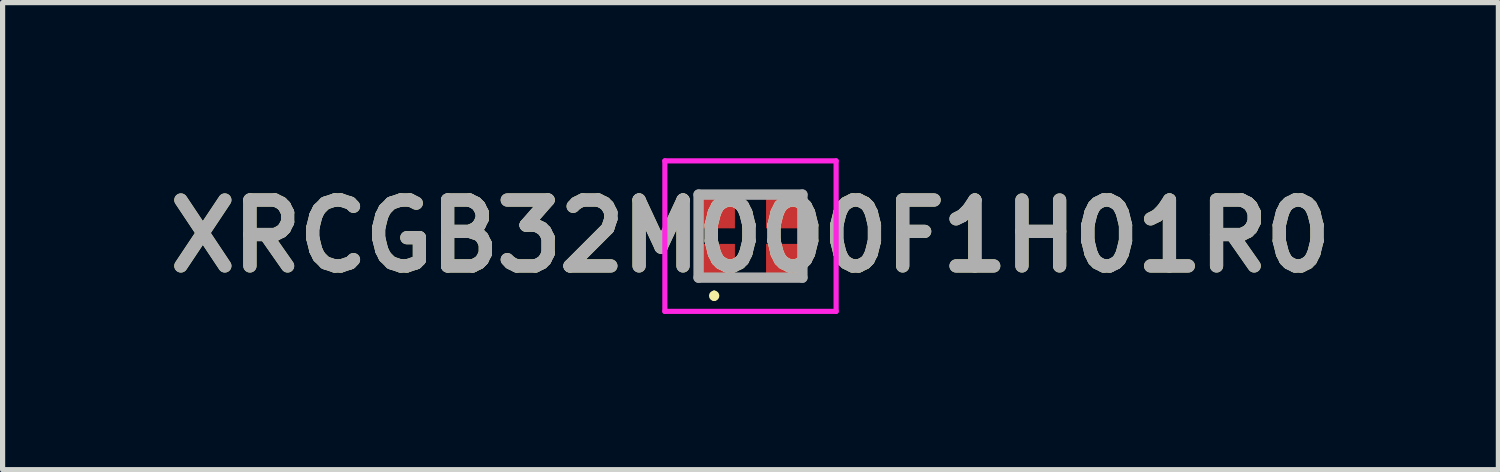
<source format=kicad_pcb>
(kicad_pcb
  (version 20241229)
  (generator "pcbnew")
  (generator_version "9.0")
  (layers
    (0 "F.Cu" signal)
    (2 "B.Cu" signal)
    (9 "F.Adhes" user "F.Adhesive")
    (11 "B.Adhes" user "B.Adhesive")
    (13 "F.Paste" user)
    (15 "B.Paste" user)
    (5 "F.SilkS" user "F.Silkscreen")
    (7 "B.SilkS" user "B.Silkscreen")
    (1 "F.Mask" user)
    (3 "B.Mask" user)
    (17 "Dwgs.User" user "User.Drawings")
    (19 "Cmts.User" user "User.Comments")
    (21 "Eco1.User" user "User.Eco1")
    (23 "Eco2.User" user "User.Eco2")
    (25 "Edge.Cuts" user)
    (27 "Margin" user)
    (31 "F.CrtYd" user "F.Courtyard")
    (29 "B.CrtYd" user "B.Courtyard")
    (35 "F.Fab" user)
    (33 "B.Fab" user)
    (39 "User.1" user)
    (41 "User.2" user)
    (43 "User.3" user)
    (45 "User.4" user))
  (footprint "XRCGB32M000F1H01R0"
    (layer "F.Cu")
    (at 11.412 1.5)
    (property "Reference" "XRCGB32M000F1H01R0" (at 0 0 0) (layer "F.SilkS") (effects (font (size 1.27 1.27) (thickness 0.254))))
    (attr smd)
    (fp_line (start -0.7 1.1) (end -0.7 1.1) (stroke (width 0.1) (type solid)) (layer "F.SilkS"))
    (fp_line (start -0.7 1.2) (end -0.7 1.2) (stroke (width 0.1) (type solid)) (layer "F.SilkS"))
    (fp_arc (start -0.7 1.1) (mid -0.65 1.15) (end -0.7 1.2) (stroke (width 0.1) (type solid)) (layer "F.SilkS"))
    (fp_arc (start -0.7 1.2) (mid -0.75 1.15) (end -0.7 1.1) (stroke (width 0.1) (type solid)) (layer "F.SilkS"))
    (fp_line (start -1.65 -1.45) (end 1.65 -1.45) (stroke (width 0.1) (type solid)) (layer "F.CrtYd"))
    (fp_line (start -1.65 1.45) (end -1.65 -1.45) (stroke (width 0.1) (type solid)) (layer "F.CrtYd"))
    (fp_line (start 1.65 -1.45) (end 1.65 1.45) (stroke (width 0.1) (type solid)) (layer "F.CrtYd"))
    (fp_line (start 1.65 1.45) (end -1.65 1.45) (stroke (width 0.1) (type solid)) (layer "F.CrtYd"))
    (fp_line (start -1 -0.8) (end 1 -0.8) (stroke (width 0.2) (type solid)) (layer "F.Fab"))
    (fp_line (start -1 0.8) (end -1 -0.8) (stroke (width 0.2) (type solid)) (layer "F.Fab"))
    (fp_line (start 1 -0.8) (end 1 0.8) (stroke (width 0.2) (type solid)) (layer "F.Fab"))
    (fp_line (start 1 0.8) (end -1 0.8) (stroke (width 0.2) (type solid)) (layer "F.Fab"))
    (fp_text user "${REFERENCE}" (at 0 0 0) (layer "F.Fab") (effects (font (size 1.27 1.27) (thickness 0.254))))
    (pad "1" smd rect (at -0.675 0.5 90) (size 0.7 0.75) (layers "F.Cu" "F.Mask" "F.Paste"))
    (pad "2" smd rect (at 0.675 0.5 90) (size 0.7 0.75) (layers "F.Cu" "F.Mask" "F.Paste"))
    (pad "3" smd rect (at 0.675 -0.5 90) (size 0.7 0.75) (layers "F.Cu" "F.Mask" "F.Paste"))
    (pad "4" smd rect (at -0.675 -0.5 90) (size 0.7 0.75) (layers "F.Cu" "F.Mask" "F.Paste")))
  (gr_rect
    (start -3 -3)
    (end 25.824 6)
    (stroke (width 0.1) (type default))
    (fill no)
    (layer "Edge.Cuts")))
</source>
